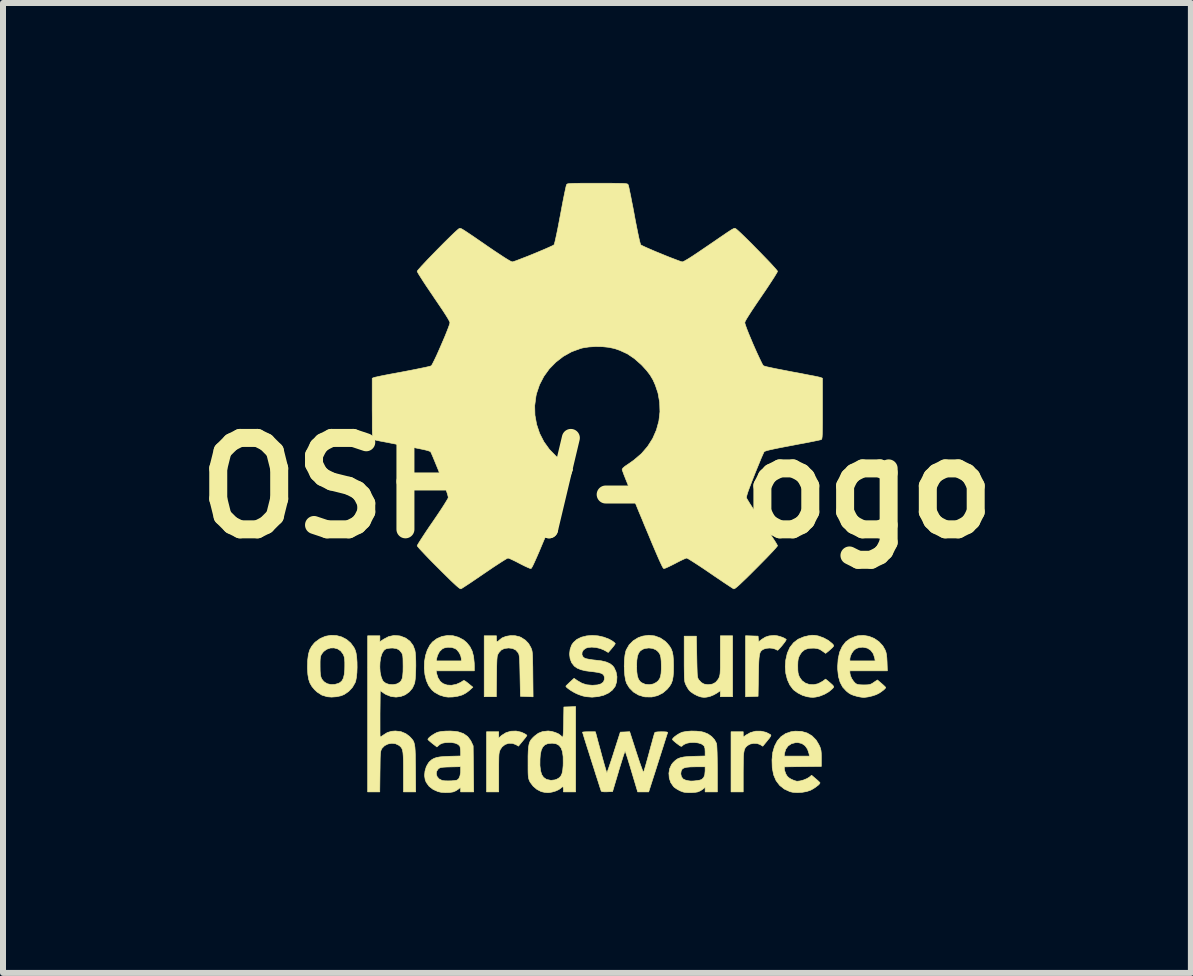
<source format=kicad_pcb>
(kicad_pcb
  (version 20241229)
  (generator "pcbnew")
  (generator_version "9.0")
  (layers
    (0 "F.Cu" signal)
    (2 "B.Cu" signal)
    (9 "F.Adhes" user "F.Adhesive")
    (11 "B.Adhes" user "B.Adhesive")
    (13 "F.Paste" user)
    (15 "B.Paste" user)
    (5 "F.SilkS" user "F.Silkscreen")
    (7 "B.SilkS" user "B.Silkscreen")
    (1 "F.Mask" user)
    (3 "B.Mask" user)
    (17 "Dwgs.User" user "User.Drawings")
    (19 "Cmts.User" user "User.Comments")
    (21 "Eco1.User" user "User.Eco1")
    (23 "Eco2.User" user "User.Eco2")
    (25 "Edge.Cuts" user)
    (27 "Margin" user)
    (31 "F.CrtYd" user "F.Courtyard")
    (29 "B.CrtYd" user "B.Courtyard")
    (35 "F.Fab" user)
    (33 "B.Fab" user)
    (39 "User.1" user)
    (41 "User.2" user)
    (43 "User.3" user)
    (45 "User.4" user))
  (footprint "OSHW-logo"
    (layer "F.Cu")
    (at 6.902 5.085)
    (property "Reference" "OSHW-logo" (at 0 0 0) (layer "F.SilkS") (effects (font (size 1.524 1.524) (thickness 0.3))))
    (attr through_hole)
    (fp_poly (pts (xy 2.821 4.074) (xy 2.894 4.113) (xy 2.9 4.122) (xy 2.894 4.14) (xy 2.875 4.169) (xy 2.84 4.212) (xy 2.838 4.215) (xy 2.764 4.305) (xy 2.721 4.278) (xy 2.671 4.26) (xy 2.611 4.257) (xy 2.554 4.269) (xy 2.517 4.289) (xy 2.495 4.306) (xy 2.477 4.325) (xy 2.464 4.347) (xy 2.454 4.377) (xy 2.447 4.417) (xy 2.442 4.47) (xy 2.44 4.54) (xy 2.439 4.629) (xy 2.438 4.734) (xy 2.438 5.067) (xy 2.235 5.067) (xy 2.235 4.064) (xy 2.438 4.064) (xy 2.438 4.154) (xy 2.483 4.12) (xy 2.56 4.077) (xy 2.646 4.054) (xy 2.735 4.054) (xy 2.821 4.074)) (stroke (width 0.01) (type solid)) (fill yes) (layer "F.SilkS"))
    (fp_poly (pts (xy -1.262 4.071) (xy -1.235 4.083) (xy -1.199 4.101) (xy -1.175 4.117) (xy -1.168 4.124) (xy -1.176 4.138) (xy -1.196 4.166) (xy -1.226 4.203) (xy -1.239 4.219) (xy -1.309 4.304) (xy -1.35 4.279) (xy -1.41 4.257) (xy -1.472 4.256) (xy -1.531 4.276) (xy -1.581 4.315) (xy -1.61 4.356) (xy -1.618 4.374) (xy -1.625 4.392) (xy -1.63 4.414) (xy -1.634 4.443) (xy -1.636 4.482) (xy -1.637 4.535) (xy -1.638 4.606) (xy -1.638 4.696) (xy -1.638 4.74) (xy -1.638 5.067) (xy -1.841 5.067) (xy -1.841 4.064) (xy -1.638 4.064) (xy -1.638 4.168) (xy -1.588 4.124) (xy -1.516 4.079) (xy -1.435 4.055) (xy -1.348 4.052) (xy -1.262 4.071)) (stroke (width 0.01) (type solid)) (fill yes) (layer "F.SilkS"))
    (fp_poly (pts (xy 2.965 2.459) (xy 3.006 2.464) (xy 3.054 2.477) (xy 3.1 2.493) (xy 3.136 2.511) (xy 3.156 2.527) (xy 3.15 2.539) (xy 3.133 2.566) (xy 3.107 2.6) (xy 3.078 2.636) (xy 3.049 2.669) (xy 3.026 2.694) (xy 3.013 2.705) (xy 3.012 2.705) (xy 2.996 2.699) (xy 2.972 2.686) (xy 2.93 2.673) (xy 2.877 2.668) (xy 2.823 2.673) (xy 2.783 2.685) (xy 2.759 2.698) (xy 2.741 2.712) (xy 2.726 2.73) (xy 2.716 2.754) (xy 2.708 2.789) (xy 2.702 2.836) (xy 2.698 2.898) (xy 2.695 2.979) (xy 2.693 3.082) (xy 2.692 3.124) (xy 2.686 3.473) (xy 2.581 3.477) (xy 2.477 3.481) (xy 2.477 2.463) (xy 2.686 2.47) (xy 2.694 2.564) (xy 2.751 2.521) (xy 2.808 2.486) (xy 2.869 2.466) (xy 2.944 2.459) (xy 2.965 2.459)) (stroke (width 0.01) (type solid)) (fill yes) (layer "F.SilkS"))
    (fp_poly (pts (xy -1.363 2.463) (xy -1.291 2.48) (xy -1.264 2.492) (xy -1.193 2.538) (xy -1.14 2.594) (xy -1.102 2.661) (xy -1.094 2.68) (xy -1.087 2.699) (xy -1.082 2.721) (xy -1.078 2.75) (xy -1.075 2.788) (xy -1.073 2.838) (xy -1.072 2.905) (xy -1.07 2.99) (xy -1.069 3.097) (xy -1.069 3.103) (xy -1.065 3.481) (xy -1.171 3.477) (xy -1.276 3.473) (xy -1.283 3.131) (xy -1.285 3.027) (xy -1.287 2.945) (xy -1.289 2.883) (xy -1.292 2.836) (xy -1.296 2.803) (xy -1.3 2.779) (xy -1.306 2.761) (xy -1.313 2.748) (xy -1.353 2.702) (xy -1.407 2.675) (xy -1.473 2.667) (xy -1.541 2.675) (xy -1.593 2.699) (xy -1.635 2.744) (xy -1.64 2.752) (xy -1.649 2.768) (xy -1.656 2.783) (xy -1.662 2.802) (xy -1.665 2.828) (xy -1.668 2.864) (xy -1.67 2.914) (xy -1.672 2.98) (xy -1.673 3.066) (xy -1.674 3.14) (xy -1.678 3.48) (xy -1.88 3.48) (xy -1.88 2.464) (xy -1.676 2.464) (xy -1.676 2.515) (xy -1.674 2.551) (xy -1.664 2.563) (xy -1.645 2.553) (xy -1.631 2.538) (xy -1.581 2.499) (xy -1.515 2.473) (xy -1.44 2.461) (xy -1.363 2.463)) (stroke (width 0.01) (type solid)) (fill yes) (layer "F.SilkS"))
    (fp_poly (pts (xy 2.261 3.48) (xy 2.057 3.48) (xy 2.057 3.38) (xy 1.994 3.422) (xy 1.946 3.449) (xy 1.893 3.471) (xy 1.867 3.479) (xy 1.818 3.488) (xy 1.782 3.49) (xy 1.746 3.486) (xy 1.719 3.48) (xy 1.67 3.462) (xy 1.615 3.433) (xy 1.565 3.399) (xy 1.54 3.376) (xy 1.519 3.347) (xy 1.495 3.306) (xy 1.483 3.283) (xy 1.475 3.264) (xy 1.468 3.245) (xy 1.463 3.224) (xy 1.46 3.196) (xy 1.457 3.159) (xy 1.456 3.11) (xy 1.455 3.046) (xy 1.454 2.962) (xy 1.454 2.857) (xy 1.454 2.845) (xy 1.454 2.47) (xy 1.657 2.47) (xy 1.664 2.815) (xy 1.666 2.919) (xy 1.668 2.999) (xy 1.67 3.061) (xy 1.672 3.107) (xy 1.676 3.139) (xy 1.68 3.162) (xy 1.686 3.178) (xy 1.693 3.191) (xy 1.696 3.196) (xy 1.739 3.243) (xy 1.785 3.269) (xy 1.842 3.278) (xy 1.852 3.279) (xy 1.922 3.27) (xy 1.977 3.242) (xy 2.019 3.192) (xy 2.029 3.175) (xy 2.038 3.157) (xy 2.044 3.139) (xy 2.049 3.117) (xy 2.053 3.088) (xy 2.055 3.049) (xy 2.057 2.996) (xy 2.057 2.926) (xy 2.057 2.835) (xy 2.057 2.791) (xy 2.057 2.464) (xy 2.261 2.464) (xy 2.261 3.48)) (stroke (width 0.01) (type solid)) (fill yes) (layer "F.SilkS"))
    (fp_poly (pts (xy -2.4 2.463) (xy -2.31 2.488) (xy -2.227 2.532) (xy -2.174 2.576) (xy -2.12 2.642) (xy -2.081 2.719) (xy -2.057 2.81) (xy -2.046 2.919) (xy -2.045 2.969) (xy -2.045 3.048) (xy -2.681 3.048) (xy -2.672 3.096) (xy -2.65 3.166) (xy -2.612 3.225) (xy -2.565 3.262) (xy -2.5 3.285) (xy -2.425 3.289) (xy -2.347 3.274) (xy -2.272 3.241) (xy -2.241 3.22) (xy -2.226 3.211) (xy -2.211 3.211) (xy -2.191 3.223) (xy -2.159 3.247) (xy -2.142 3.261) (xy -2.069 3.321) (xy -2.127 3.374) (xy -2.172 3.409) (xy -2.223 3.439) (xy -2.252 3.452) (xy -2.323 3.472) (xy -2.403 3.484) (xy -2.482 3.486) (xy -2.538 3.479) (xy -2.626 3.451) (xy -2.705 3.407) (xy -2.752 3.367) (xy -2.805 3.297) (xy -2.844 3.21) (xy -2.868 3.112) (xy -2.879 3.007) (xy -2.876 2.9) (xy -2.873 2.883) (xy -2.679 2.883) (xy -2.261 2.883) (xy -2.261 2.847) (xy -2.271 2.798) (xy -2.296 2.746) (xy -2.332 2.701) (xy -2.362 2.678) (xy -2.421 2.658) (xy -2.486 2.655) (xy -2.547 2.667) (xy -2.579 2.683) (xy -2.625 2.727) (xy -2.658 2.79) (xy -2.672 2.842) (xy -2.679 2.883) (xy -2.873 2.883) (xy -2.859 2.796) (xy -2.828 2.701) (xy -2.784 2.618) (xy -2.742 2.567) (xy -2.668 2.511) (xy -2.584 2.475) (xy -2.493 2.459) (xy -2.4 2.463)) (stroke (width 0.01) (type solid)) (fill yes) (layer "F.SilkS"))
    (fp_poly (pts (xy 0.963 2.466) (xy 1.055 2.5) (xy 1.138 2.556) (xy 1.173 2.592) (xy 1.21 2.637) (xy 1.237 2.682) (xy 1.256 2.732) (xy 1.268 2.792) (xy 1.274 2.867) (xy 1.276 2.961) (xy 1.276 2.972) (xy 1.275 3.069) (xy 1.269 3.145) (xy 1.258 3.206) (xy 1.24 3.257) (xy 1.213 3.302) (xy 1.177 3.347) (xy 1.173 3.352) (xy 1.099 3.416) (xy 1.011 3.461) (xy 0.914 3.484) (xy 0.811 3.483) (xy 0.785 3.48) (xy 0.691 3.451) (xy 0.608 3.401) (xy 0.54 3.332) (xy 0.493 3.255) (xy 0.476 3.2) (xy 0.464 3.126) (xy 0.457 3.042) (xy 0.455 2.968) (xy 0.661 2.968) (xy 0.661 2.971) (xy 0.664 3.063) (xy 0.673 3.133) (xy 0.691 3.186) (xy 0.717 3.224) (xy 0.743 3.246) (xy 0.803 3.272) (xy 0.871 3.279) (xy 0.937 3.268) (xy 0.99 3.241) (xy 1.022 3.213) (xy 1.045 3.181) (xy 1.06 3.142) (xy 1.069 3.089) (xy 1.073 3.018) (xy 1.073 2.972) (xy 1.071 2.889) (xy 1.065 2.827) (xy 1.053 2.78) (xy 1.033 2.744) (xy 1.004 2.714) (xy 0.979 2.696) (xy 0.927 2.674) (xy 0.864 2.667) (xy 0.8 2.675) (xy 0.762 2.689) (xy 0.722 2.716) (xy 0.693 2.754) (xy 0.674 2.807) (xy 0.664 2.877) (xy 0.661 2.968) (xy 0.455 2.968) (xy 0.455 2.952) (xy 0.458 2.864) (xy 0.467 2.784) (xy 0.481 2.72) (xy 0.488 2.7) (xy 0.536 2.616) (xy 0.604 2.547) (xy 0.688 2.495) (xy 0.764 2.469) (xy 0.865 2.455) (xy 0.963 2.466)) (stroke (width 0.01) (type solid)) (fill yes) (layer "F.SilkS"))
    (fp_poly (pts (xy 3.41 4.058) (xy 3.504 4.085) (xy 3.585 4.133) (xy 3.653 4.202) (xy 3.697 4.275) (xy 3.716 4.314) (xy 3.728 4.347) (xy 3.735 4.38) (xy 3.739 4.42) (xy 3.74 4.476) (xy 3.74 4.501) (xy 3.74 4.642) (xy 3.432 4.645) (xy 3.124 4.649) (xy 3.124 4.683) (xy 3.13 4.715) (xy 3.144 4.755) (xy 3.15 4.77) (xy 3.175 4.81) (xy 3.21 4.839) (xy 3.242 4.857) (xy 3.284 4.875) (xy 3.322 4.887) (xy 3.34 4.889) (xy 3.39 4.883) (xy 3.447 4.867) (xy 3.502 4.844) (xy 3.541 4.82) (xy 3.578 4.789) (xy 3.646 4.847) (xy 3.681 4.877) (xy 3.706 4.901) (xy 3.718 4.914) (xy 3.718 4.915) (xy 3.712 4.93) (xy 3.689 4.954) (xy 3.653 4.981) (xy 3.612 5.01) (xy 3.569 5.034) (xy 3.557 5.04) (xy 3.493 5.061) (xy 3.417 5.074) (xy 3.338 5.078) (xy 3.264 5.073) (xy 3.219 5.063) (xy 3.123 5.019) (xy 3.046 4.958) (xy 2.986 4.879) (xy 2.945 4.783) (xy 2.923 4.67) (xy 2.922 4.665) (xy 2.918 4.531) (xy 2.924 4.47) (xy 3.121 4.47) (xy 3.543 4.47) (xy 3.535 4.429) (xy 3.51 4.354) (xy 3.47 4.297) (xy 3.416 4.26) (xy 3.35 4.244) (xy 3.312 4.245) (xy 3.242 4.263) (xy 3.186 4.301) (xy 3.147 4.355) (xy 3.128 4.418) (xy 3.121 4.47) (xy 2.924 4.47) (xy 2.93 4.41) (xy 2.96 4.306) (xy 3.006 4.217) (xy 3.067 4.147) (xy 3.143 4.095) (xy 3.233 4.064) (xy 3.304 4.054) (xy 3.41 4.058)) (stroke (width 0.01) (type solid)) (fill yes) (layer "F.SilkS"))
    (fp_poly (pts (xy 3.627 2.456) (xy 3.675 2.464) (xy 3.696 2.469) (xy 3.778 2.499) (xy 3.856 2.541) (xy 3.918 2.591) (xy 3.924 2.597) (xy 3.943 2.619) (xy 3.946 2.634) (xy 3.933 2.651) (xy 3.93 2.656) (xy 3.904 2.68) (xy 3.87 2.71) (xy 3.859 2.72) (xy 3.812 2.757) (xy 3.753 2.715) (xy 3.715 2.691) (xy 3.678 2.678) (xy 3.632 2.671) (xy 3.609 2.67) (xy 3.528 2.673) (xy 3.464 2.695) (xy 3.413 2.737) (xy 3.379 2.788) (xy 3.363 2.823) (xy 3.354 2.856) (xy 3.349 2.896) (xy 3.347 2.951) (xy 3.347 2.972) (xy 3.348 3.034) (xy 3.352 3.079) (xy 3.36 3.114) (xy 3.374 3.148) (xy 3.376 3.153) (xy 3.418 3.212) (xy 3.475 3.253) (xy 3.541 3.276) (xy 3.614 3.279) (xy 3.687 3.263) (xy 3.758 3.225) (xy 3.769 3.218) (xy 3.811 3.186) (xy 3.858 3.224) (xy 3.892 3.253) (xy 3.922 3.28) (xy 3.93 3.288) (xy 3.945 3.307) (xy 3.945 3.322) (xy 3.929 3.342) (xy 3.924 3.347) (xy 3.866 3.396) (xy 3.792 3.439) (xy 3.714 3.47) (xy 3.702 3.473) (xy 3.649 3.485) (xy 3.605 3.49) (xy 3.559 3.488) (xy 3.504 3.48) (xy 3.427 3.457) (xy 3.35 3.418) (xy 3.282 3.369) (xy 3.269 3.356) (xy 3.215 3.284) (xy 3.174 3.194) (xy 3.148 3.091) (xy 3.139 2.98) (xy 3.147 2.869) (xy 3.173 2.754) (xy 3.216 2.658) (xy 3.277 2.58) (xy 3.354 2.521) (xy 3.45 2.481) (xy 3.527 2.463) (xy 3.582 2.455) (xy 3.627 2.456)) (stroke (width 0.01) (type solid)) (fill yes) (layer "F.SilkS"))
    (fp_poly (pts (xy -4.343 2.46) (xy -4.256 2.483) (xy -4.175 2.525) (xy -4.105 2.585) (xy -4.05 2.661) (xy -4.031 2.701) (xy -4.016 2.752) (xy -4.006 2.822) (xy -4 2.904) (xy -3.999 2.991) (xy -4.002 3.077) (xy -4.01 3.155) (xy -4.022 3.217) (xy -4.031 3.244) (xy -4.077 3.324) (xy -4.14 3.392) (xy -4.215 3.443) (xy -4.267 3.464) (xy -4.343 3.48) (xy -4.425 3.486) (xy -4.497 3.48) (xy -4.586 3.453) (xy -4.665 3.402) (xy -4.707 3.363) (xy -4.752 3.309) (xy -4.785 3.252) (xy -4.807 3.187) (xy -4.82 3.108) (xy -4.826 3.012) (xy -4.826 2.972) (xy -4.616 2.972) (xy -4.615 3.05) (xy -4.611 3.108) (xy -4.602 3.152) (xy -4.587 3.186) (xy -4.564 3.215) (xy -4.544 3.235) (xy -4.497 3.263) (xy -4.437 3.277) (xy -4.372 3.275) (xy -4.311 3.258) (xy -4.282 3.243) (xy -4.25 3.213) (xy -4.227 3.17) (xy -4.213 3.11) (xy -4.205 3.031) (xy -4.204 2.971) (xy -4.204 2.905) (xy -4.207 2.857) (xy -4.212 2.822) (xy -4.221 2.794) (xy -4.232 2.769) (xy -4.272 2.716) (xy -4.324 2.682) (xy -4.384 2.666) (xy -4.446 2.668) (xy -4.506 2.689) (xy -4.559 2.728) (xy -4.59 2.769) (xy -4.602 2.791) (xy -4.609 2.816) (xy -4.614 2.85) (xy -4.616 2.897) (xy -4.616 2.964) (xy -4.616 2.972) (xy -4.826 2.972) (xy -4.822 2.863) (xy -4.811 2.775) (xy -4.79 2.702) (xy -4.757 2.641) (xy -4.713 2.586) (xy -4.693 2.567) (xy -4.613 2.509) (xy -4.526 2.472) (xy -4.435 2.456) (xy -4.343 2.46)) (stroke (width 0.01) (type solid)) (fill yes) (layer "F.SilkS"))
    (fp_poly (pts (xy 4.535 2.473) (xy 4.623 2.509) (xy 4.701 2.563) (xy 4.765 2.632) (xy 4.802 2.697) (xy 4.817 2.735) (xy 4.826 2.777) (xy 4.832 2.831) (xy 4.836 2.902) (xy 4.836 2.905) (xy 4.841 3.048) (xy 4.216 3.048) (xy 4.216 3.083) (xy 4.225 3.127) (xy 4.247 3.178) (xy 4.278 3.224) (xy 4.309 3.257) (xy 4.333 3.271) (xy 4.363 3.279) (xy 4.405 3.282) (xy 4.449 3.283) (xy 4.503 3.282) (xy 4.539 3.278) (xy 4.568 3.269) (xy 4.598 3.252) (xy 4.614 3.241) (xy 4.675 3.2) (xy 4.744 3.259) (xy 4.778 3.289) (xy 4.803 3.313) (xy 4.813 3.326) (xy 4.813 3.327) (xy 4.803 3.344) (xy 4.776 3.369) (xy 4.736 3.399) (xy 4.701 3.422) (xy 4.652 3.446) (xy 4.588 3.467) (xy 4.519 3.483) (xy 4.458 3.491) (xy 4.439 3.491) (xy 4.403 3.487) (xy 4.358 3.479) (xy 4.337 3.474) (xy 4.277 3.457) (xy 4.233 3.439) (xy 4.195 3.416) (xy 4.156 3.384) (xy 4.096 3.319) (xy 4.053 3.238) (xy 4.025 3.14) (xy 4.013 3.024) (xy 4.012 2.977) (xy 4.021 2.847) (xy 4.021 2.847) (xy 4.216 2.847) (xy 4.216 2.883) (xy 4.638 2.883) (xy 4.63 2.835) (xy 4.606 2.762) (xy 4.565 2.707) (xy 4.509 2.67) (xy 4.441 2.655) (xy 4.427 2.654) (xy 4.369 2.66) (xy 4.32 2.677) (xy 4.318 2.678) (xy 4.279 2.71) (xy 4.245 2.757) (xy 4.223 2.809) (xy 4.216 2.847) (xy 4.021 2.847) (xy 4.046 2.735) (xy 4.089 2.641) (xy 4.148 2.565) (xy 4.224 2.509) (xy 4.315 2.472) (xy 4.346 2.464) (xy 4.441 2.457) (xy 4.535 2.473)) (stroke (width 0.01) (type solid)) (fill yes) (layer "F.SilkS"))
    (fp_poly (pts (xy -0.356 5.067) (xy -0.559 5.067) (xy -0.559 5.023) (xy -0.562 4.99) (xy -0.573 4.98) (xy -0.594 4.994) (xy -0.603 5.004) (xy -0.636 5.028) (xy -0.686 5.051) (xy -0.743 5.068) (xy -0.799 5.078) (xy -0.823 5.079) (xy -0.873 5.074) (xy -0.924 5.063) (xy -0.935 5.059) (xy -1.002 5.024) (xy -1.064 4.971) (xy -1.112 4.908) (xy -1.12 4.893) (xy -1.13 4.871) (xy -1.137 4.85) (xy -1.142 4.825) (xy -1.146 4.793) (xy -1.148 4.749) (xy -1.149 4.689) (xy -1.149 4.627) (xy -0.951 4.627) (xy -0.941 4.712) (xy -0.922 4.777) (xy -0.891 4.824) (xy -0.849 4.854) (xy -0.836 4.86) (xy -0.767 4.874) (xy -0.7 4.866) (xy -0.666 4.853) (xy -0.629 4.831) (xy -0.602 4.802) (xy -0.583 4.761) (xy -0.571 4.705) (xy -0.564 4.629) (xy -0.563 4.585) (xy -0.564 4.48) (xy -0.575 4.397) (xy -0.598 4.334) (xy -0.632 4.291) (xy -0.679 4.265) (xy -0.74 4.255) (xy -0.754 4.255) (xy -0.819 4.261) (xy -0.868 4.282) (xy -0.905 4.319) (xy -0.93 4.375) (xy -0.945 4.451) (xy -0.95 4.519) (xy -0.951 4.627) (xy -1.149 4.627) (xy -1.149 4.609) (xy -1.149 4.572) (xy -1.149 4.468) (xy -1.146 4.386) (xy -1.141 4.322) (xy -1.132 4.271) (xy -1.119 4.231) (xy -1.1 4.198) (xy -1.074 4.168) (xy -1.042 4.137) (xy -0.978 4.089) (xy -0.91 4.062) (xy -0.83 4.052) (xy -0.811 4.051) (xy -0.756 4.058) (xy -0.697 4.075) (xy -0.643 4.098) (xy -0.604 4.126) (xy -0.599 4.132) (xy -0.58 4.149) (xy -0.57 4.153) (xy -0.567 4.141) (xy -0.563 4.107) (xy -0.56 4.056) (xy -0.558 3.991) (xy -0.556 3.915) (xy -0.556 3.902) (xy -0.552 3.651) (xy -0.454 3.648) (xy -0.356 3.644) (xy -0.356 5.067)) (stroke (width 0.01) (type solid)) (fill yes) (layer "F.SilkS"))
    (fp_poly (pts (xy -2.368 4.057) (xy -2.313 4.065) (xy -2.227 4.094) (xy -2.158 4.142) (xy -2.108 4.207) (xy -2.098 4.226) (xy -2.064 4.299) (xy -2.055 5.067) (xy -2.273 5.067) (xy -2.273 4.989) (xy -2.312 5.021) (xy -2.351 5.047) (xy -2.395 5.066) (xy -2.398 5.067) (xy -2.457 5.076) (xy -2.528 5.078) (xy -2.599 5.073) (xy -2.65 5.062) (xy -2.732 5.025) (xy -2.799 4.973) (xy -2.846 4.908) (xy -2.863 4.867) (xy -2.874 4.797) (xy -2.872 4.769) (xy -2.679 4.769) (xy -2.665 4.812) (xy -2.634 4.849) (xy -2.587 4.873) (xy -2.571 4.878) (xy -2.532 4.882) (xy -2.48 4.883) (xy -2.424 4.882) (xy -2.373 4.877) (xy -2.337 4.871) (xy -2.331 4.869) (xy -2.304 4.846) (xy -2.285 4.803) (xy -2.274 4.747) (xy -2.273 4.718) (xy -2.273 4.646) (xy -2.444 4.65) (xy -2.513 4.652) (xy -2.562 4.655) (xy -2.595 4.659) (xy -2.617 4.665) (xy -2.634 4.674) (xy -2.647 4.685) (xy -2.674 4.725) (xy -2.679 4.769) (xy -2.872 4.769) (xy -2.867 4.72) (xy -2.845 4.646) (xy -2.809 4.583) (xy -2.786 4.557) (xy -2.752 4.528) (xy -2.716 4.508) (xy -2.673 4.493) (xy -2.618 4.483) (xy -2.548 4.477) (xy -2.461 4.473) (xy -2.273 4.468) (xy -2.273 4.398) (xy -2.276 4.354) (xy -2.282 4.317) (xy -2.287 4.303) (xy -2.315 4.275) (xy -2.363 4.254) (xy -2.424 4.243) (xy -2.455 4.242) (xy -2.526 4.245) (xy -2.578 4.255) (xy -2.617 4.273) (xy -2.635 4.288) (xy -2.668 4.317) (xy -2.744 4.259) (xy -2.78 4.229) (xy -2.807 4.205) (xy -2.819 4.191) (xy -2.819 4.19) (xy -2.809 4.172) (xy -2.782 4.147) (xy -2.745 4.12) (xy -2.704 4.095) (xy -2.665 4.075) (xy -2.649 4.07) (xy -2.593 4.059) (xy -2.521 4.053) (xy -2.443 4.052) (xy -2.368 4.057)) (stroke (width 0.01) (type solid)) (fill yes) (layer "F.SilkS"))
    (fp_poly (pts (xy 0.018 2.465) (xy 0.115 2.487) (xy 0.207 2.523) (xy 0.263 2.556) (xy 0.29 2.577) (xy 0.304 2.593) (xy 0.305 2.595) (xy 0.297 2.609) (xy 0.277 2.637) (xy 0.248 2.672) (xy 0.247 2.674) (xy 0.188 2.742) (xy 0.118 2.702) (xy 0.055 2.676) (xy -0.016 2.659) (xy -0.087 2.653) (xy -0.15 2.659) (xy -0.189 2.672) (xy -0.228 2.703) (xy -0.249 2.742) (xy -0.25 2.782) (xy -0.231 2.818) (xy -0.204 2.838) (xy -0.176 2.847) (xy -0.13 2.856) (xy -0.073 2.865) (xy -0.025 2.87) (xy 0.076 2.882) (xy 0.156 2.902) (xy 0.217 2.929) (xy 0.262 2.965) (xy 0.285 2.994) (xy 0.318 3.066) (xy 0.333 3.147) (xy 0.328 3.229) (xy 0.304 3.305) (xy 0.301 3.31) (xy 0.256 3.369) (xy 0.192 3.418) (xy 0.112 3.455) (xy 0.019 3.478) (xy -0.081 3.487) (xy -0.183 3.479) (xy -0.236 3.467) (xy -0.296 3.447) (xy -0.34 3.429) (xy -0.387 3.405) (xy -0.434 3.377) (xy -0.474 3.349) (xy -0.504 3.325) (xy -0.518 3.307) (xy -0.518 3.303) (xy -0.508 3.291) (xy -0.483 3.267) (xy -0.451 3.236) (xy -0.448 3.234) (xy -0.382 3.173) (xy -0.325 3.213) (xy -0.247 3.257) (xy -0.169 3.281) (xy -0.079 3.289) (xy -0.074 3.289) (xy 0.008 3.283) (xy 0.068 3.265) (xy 0.107 3.235) (xy 0.124 3.192) (xy 0.125 3.16) (xy 0.117 3.129) (xy 0.099 3.105) (xy 0.067 3.088) (xy 0.018 3.075) (xy -0.052 3.065) (xy -0.088 3.061) (xy -0.189 3.048) (xy -0.268 3.029) (xy -0.33 3.003) (xy -0.377 2.97) (xy -0.379 2.968) (xy -0.422 2.913) (xy -0.448 2.844) (xy -0.457 2.768) (xy -0.448 2.692) (xy -0.423 2.62) (xy -0.393 2.576) (xy -0.336 2.525) (xy -0.261 2.488) (xy -0.175 2.466) (xy -0.08 2.458) (xy 0.018 2.465)) (stroke (width 0.01) (type solid)) (fill yes) (layer "F.SilkS"))
    (fp_poly (pts (xy 1.661 4.054) (xy 1.741 4.063) (xy 1.783 4.073) (xy 1.851 4.101) (xy 1.912 4.144) (xy 1.96 4.197) (xy 1.99 4.253) (xy 1.993 4.261) (xy 1.997 4.29) (xy 2 4.343) (xy 2.003 4.416) (xy 2.005 4.509) (xy 2.006 4.619) (xy 2.007 4.689) (xy 2.007 5.067) (xy 1.803 5.067) (xy 1.803 4.989) (xy 1.765 5.021) (xy 1.726 5.047) (xy 1.682 5.066) (xy 1.679 5.067) (xy 1.635 5.074) (xy 1.578 5.078) (xy 1.518 5.078) (xy 1.465 5.074) (xy 1.435 5.068) (xy 1.383 5.048) (xy 1.331 5.019) (xy 1.288 4.989) (xy 1.275 4.976) (xy 1.23 4.911) (xy 1.205 4.835) (xy 1.2 4.766) (xy 1.397 4.766) (xy 1.408 4.815) (xy 1.437 4.852) (xy 1.476 4.87) (xy 1.511 4.878) (xy 1.53 4.882) (xy 1.567 4.886) (xy 1.617 4.884) (xy 1.669 4.878) (xy 1.716 4.87) (xy 1.747 4.858) (xy 1.749 4.857) (xy 1.78 4.826) (xy 1.797 4.781) (xy 1.803 4.716) (xy 1.803 4.711) (xy 1.803 4.648) (xy 1.644 4.648) (xy 1.557 4.65) (xy 1.493 4.656) (xy 1.448 4.668) (xy 1.419 4.688) (xy 1.404 4.717) (xy 1.398 4.755) (xy 1.397 4.766) (xy 1.2 4.766) (xy 1.199 4.756) (xy 1.212 4.679) (xy 1.244 4.609) (xy 1.273 4.573) (xy 1.31 4.539) (xy 1.348 4.513) (xy 1.393 4.496) (xy 1.449 4.484) (xy 1.52 4.477) (xy 1.611 4.473) (xy 1.616 4.473) (xy 1.803 4.468) (xy 1.803 4.394) (xy 1.8 4.34) (xy 1.788 4.305) (xy 1.781 4.295) (xy 1.742 4.267) (xy 1.687 4.25) (xy 1.623 4.242) (xy 1.556 4.244) (xy 1.495 4.256) (xy 1.446 4.278) (xy 1.424 4.297) (xy 1.414 4.306) (xy 1.4 4.306) (xy 1.378 4.294) (xy 1.343 4.268) (xy 1.332 4.26) (xy 1.296 4.231) (xy 1.269 4.207) (xy 1.258 4.193) (xy 1.257 4.192) (xy 1.268 4.172) (xy 1.295 4.146) (xy 1.333 4.118) (xy 1.374 4.093) (xy 1.415 4.074) (xy 1.424 4.071) (xy 1.492 4.058) (xy 1.574 4.052) (xy 1.661 4.054)) (stroke (width 0.01) (type solid)) (fill yes) (layer "F.SilkS"))
    (fp_poly (pts (xy 0.656 4.406) (xy 0.685 4.494) (xy 0.711 4.573) (xy 0.735 4.64) (xy 0.754 4.692) (xy 0.767 4.727) (xy 0.775 4.74) (xy 0.775 4.74) (xy 0.781 4.726) (xy 0.792 4.69) (xy 0.808 4.637) (xy 0.827 4.569) (xy 0.849 4.49) (xy 0.87 4.413) (xy 0.893 4.327) (xy 0.915 4.248) (xy 0.933 4.181) (xy 0.948 4.128) (xy 0.958 4.093) (xy 0.962 4.08) (xy 0.976 4.071) (xy 1.012 4.066) (xy 1.071 4.064) (xy 1.076 4.064) (xy 1.131 4.065) (xy 1.164 4.068) (xy 1.177 4.074) (xy 1.178 4.08) (xy 1.172 4.096) (xy 1.16 4.133) (xy 1.143 4.186) (xy 1.122 4.252) (xy 1.099 4.325) (xy 1.095 4.337) (xy 1.064 4.434) (xy 1.029 4.544) (xy 0.993 4.658) (xy 0.959 4.765) (xy 0.94 4.823) (xy 0.862 5.067) (xy 0.679 5.067) (xy 0.578 4.73) (xy 0.552 4.642) (xy 0.527 4.562) (xy 0.506 4.493) (xy 0.488 4.439) (xy 0.476 4.403) (xy 0.47 4.388) (xy 0.469 4.388) (xy 0.464 4.398) (xy 0.452 4.43) (xy 0.435 4.48) (xy 0.415 4.545) (xy 0.391 4.622) (xy 0.364 4.709) (xy 0.361 4.722) (xy 0.26 5.061) (xy 0.168 5.065) (xy 0.115 5.065) (xy 0.084 5.061) (xy 0.07 5.053) (xy 0.07 5.052) (xy 0.063 5.03) (xy 0.049 4.989) (xy 0.031 4.931) (xy 0.008 4.859) (xy -0.019 4.777) (xy -0.047 4.687) (xy -0.077 4.594) (xy -0.107 4.499) (xy -0.136 4.407) (xy -0.164 4.32) (xy -0.189 4.241) (xy -0.21 4.173) (xy -0.226 4.12) (xy -0.237 4.085) (xy -0.241 4.071) (xy -0.241 4.071) (xy -0.23 4.068) (xy -0.198 4.065) (xy -0.153 4.064) (xy -0.134 4.064) (xy -0.027 4.064) (xy -0.015 4.105) (xy -0.009 4.129) (xy 0.003 4.173) (xy 0.019 4.234) (xy 0.039 4.307) (xy 0.062 4.39) (xy 0.077 4.448) (xy 0.1 4.531) (xy 0.121 4.606) (xy 0.139 4.668) (xy 0.153 4.715) (xy 0.162 4.743) (xy 0.165 4.749) (xy 0.17 4.738) (xy 0.182 4.705) (xy 0.2 4.654) (xy 0.222 4.588) (xy 0.248 4.51) (xy 0.276 4.424) (xy 0.28 4.41) (xy 0.389 4.07) (xy 0.467 4.067) (xy 0.545 4.063) (xy 0.656 4.406)) (stroke (width 0.01) (type solid)) (fill yes) (layer "F.SilkS"))
    (fp_poly (pts (xy -3.296 2.465) (xy -3.275 2.469) (xy -3.188 2.503) (xy -3.118 2.555) (xy -3.066 2.625) (xy -3.036 2.703) (xy -3.029 2.745) (xy -3.024 2.806) (xy -3.021 2.88) (xy -3.02 2.961) (xy -3.022 3.043) (xy -3.025 3.121) (xy -3.03 3.188) (xy -3.037 3.239) (xy -3.04 3.255) (xy -3.075 3.334) (xy -3.128 3.398) (xy -3.194 3.446) (xy -3.269 3.475) (xy -3.35 3.486) (xy -3.433 3.476) (xy -3.514 3.445) (xy -3.552 3.422) (xy -3.613 3.378) (xy -3.617 3.761) (xy -3.617 3.857) (xy -3.617 3.945) (xy -3.617 4.021) (xy -3.617 4.082) (xy -3.616 4.125) (xy -3.615 4.147) (xy -3.614 4.15) (xy -3.602 4.146) (xy -3.577 4.13) (xy -3.56 4.118) (xy -3.495 4.077) (xy -3.424 4.056) (xy -3.36 4.051) (xy -3.268 4.062) (xy -3.188 4.095) (xy -3.126 4.141) (xy -3.1 4.168) (xy -3.08 4.191) (xy -3.063 4.215) (xy -3.051 4.243) (xy -3.042 4.278) (xy -3.035 4.322) (xy -3.031 4.379) (xy -3.028 4.451) (xy -3.027 4.543) (xy -3.025 4.656) (xy -3.025 4.677) (xy -3.022 5.067) (xy -3.226 5.067) (xy -3.226 4.734) (xy -3.226 4.624) (xy -3.227 4.536) (xy -3.23 4.467) (xy -3.234 4.415) (xy -3.241 4.375) (xy -3.251 4.346) (xy -3.265 4.324) (xy -3.283 4.305) (xy -3.304 4.289) (xy -3.359 4.263) (xy -3.422 4.256) (xy -3.485 4.268) (xy -3.541 4.296) (xy -3.584 4.34) (xy -3.585 4.342) (xy -3.593 4.357) (xy -3.6 4.373) (xy -3.605 4.392) (xy -3.609 4.42) (xy -3.612 4.458) (xy -3.614 4.509) (xy -3.615 4.578) (xy -3.616 4.667) (xy -3.617 4.728) (xy -3.621 5.067) (xy -3.823 5.067) (xy -3.823 2.987) (xy -3.62 2.987) (xy -3.615 3.068) (xy -3.6 3.141) (xy -3.577 3.201) (xy -3.561 3.226) (xy -3.519 3.257) (xy -3.463 3.275) (xy -3.401 3.279) (xy -3.341 3.268) (xy -3.307 3.251) (xy -3.279 3.231) (xy -3.26 3.206) (xy -3.246 3.172) (xy -3.238 3.125) (xy -3.233 3.062) (xy -3.232 2.978) (xy -3.232 2.972) (xy -3.233 2.897) (xy -3.234 2.843) (xy -3.237 2.805) (xy -3.243 2.778) (xy -3.251 2.757) (xy -3.257 2.747) (xy -3.293 2.703) (xy -3.341 2.677) (xy -3.404 2.668) (xy -3.441 2.669) (xy -3.488 2.674) (xy -3.519 2.683) (xy -3.542 2.699) (xy -3.557 2.714) (xy -3.585 2.762) (xy -3.606 2.828) (xy -3.617 2.905) (xy -3.62 2.987) (xy -3.823 2.987) (xy -3.823 2.464) (xy -3.619 2.464) (xy -3.619 2.514) (xy -3.62 2.564) (xy -3.556 2.521) (xy -3.472 2.477) (xy -3.385 2.459) (xy -3.296 2.465)) (stroke (width 0.01) (type solid)) (fill yes) (layer "F.SilkS"))
    (fp_poly (pts (xy 0.132 -5.08) (xy 0.235 -5.08) (xy 0.318 -5.079) (xy 0.382 -5.078) (xy 0.43 -5.077) (xy 0.465 -5.075) (xy 0.489 -5.072) (xy 0.504 -5.069) (xy 0.513 -5.064) (xy 0.518 -5.058) (xy 0.52 -5.055) (xy 0.526 -5.037) (xy 0.535 -4.998) (xy 0.547 -4.939) (xy 0.563 -4.863) (xy 0.58 -4.774) (xy 0.6 -4.675) (xy 0.62 -4.568) (xy 0.623 -4.55) (xy 0.643 -4.443) (xy 0.663 -4.343) (xy 0.681 -4.253) (xy 0.697 -4.177) (xy 0.711 -4.116) (xy 0.722 -4.075) (xy 0.728 -4.055) (xy 0.729 -4.054) (xy 0.746 -4.044) (xy 0.783 -4.026) (xy 0.836 -4.002) (xy 0.901 -3.974) (xy 0.975 -3.942) (xy 1.054 -3.91) (xy 1.134 -3.877) (xy 1.211 -3.846) (xy 1.282 -3.819) (xy 1.342 -3.796) (xy 1.389 -3.779) (xy 1.417 -3.77) (xy 1.423 -3.769) (xy 1.441 -3.775) (xy 1.475 -3.793) (xy 1.526 -3.823) (xy 1.595 -3.867) (xy 1.682 -3.925) (xy 1.788 -3.997) (xy 1.847 -4.037) (xy 1.954 -4.11) (xy 2.041 -4.17) (xy 2.112 -4.218) (xy 2.167 -4.256) (xy 2.21 -4.284) (xy 2.241 -4.304) (xy 2.264 -4.317) (xy 2.28 -4.325) (xy 2.291 -4.328) (xy 2.299 -4.328) (xy 2.306 -4.326) (xy 2.309 -4.325) (xy 2.325 -4.314) (xy 2.356 -4.287) (xy 2.399 -4.247) (xy 2.452 -4.196) (xy 2.513 -4.136) (xy 2.579 -4.071) (xy 2.647 -4.001) (xy 2.716 -3.931) (xy 2.783 -3.862) (xy 2.846 -3.797) (xy 2.902 -3.738) (xy 2.948 -3.687) (xy 2.983 -3.648) (xy 3.005 -3.621) (xy 3.01 -3.612) (xy 3.003 -3.596) (xy 2.983 -3.562) (xy 2.952 -3.511) (xy 2.911 -3.448) (xy 2.862 -3.373) (xy 2.806 -3.289) (xy 2.745 -3.2) (xy 2.737 -3.188) (xy 2.654 -3.066) (xy 2.585 -2.963) (xy 2.532 -2.881) (xy 2.494 -2.82) (xy 2.471 -2.778) (xy 2.464 -2.757) (xy 2.464 -2.757) (xy 2.469 -2.734) (xy 2.483 -2.693) (xy 2.504 -2.636) (xy 2.531 -2.568) (xy 2.563 -2.492) (xy 2.597 -2.411) (xy 2.632 -2.331) (xy 2.667 -2.253) (xy 2.7 -2.182) (xy 2.729 -2.121) (xy 2.752 -2.074) (xy 2.769 -2.045) (xy 2.776 -2.037) (xy 2.794 -2.031) (xy 2.834 -2.02) (xy 2.894 -2.007) (xy 2.969 -1.991) (xy 3.057 -1.974) (xy 3.155 -1.955) (xy 3.252 -1.936) (xy 3.357 -1.917) (xy 3.455 -1.898) (xy 3.542 -1.881) (xy 3.617 -1.867) (xy 3.675 -1.855) (xy 3.714 -1.846) (xy 3.731 -1.841) (xy 3.759 -1.829) (xy 3.759 -1.322) (xy 3.759 -1.195) (xy 3.759 -1.091) (xy 3.758 -1.008) (xy 3.757 -0.943) (xy 3.756 -0.894) (xy 3.754 -0.858) (xy 3.751 -0.834) (xy 3.748 -0.819) (xy 3.743 -0.811) (xy 3.738 -0.806) (xy 3.737 -0.806) (xy 3.72 -0.802) (xy 3.68 -0.793) (xy 3.622 -0.781) (xy 3.548 -0.766) (xy 3.46 -0.749) (xy 3.362 -0.731) (xy 3.259 -0.711) (xy 3.132 -0.687) (xy 3.029 -0.667) (xy 2.947 -0.65) (xy 2.884 -0.636) (xy 2.838 -0.625) (xy 2.808 -0.615) (xy 2.791 -0.607) (xy 2.786 -0.603) (xy 2.778 -0.586) (xy 2.761 -0.549) (xy 2.737 -0.494) (xy 2.709 -0.425) (xy 2.676 -0.345) (xy 2.64 -0.257) (xy 2.628 -0.227) (xy 2.582 -0.109) (xy 2.545 -0.013) (xy 2.518 0.061) (xy 2.501 0.115) (xy 2.493 0.15) (xy 2.492 0.162) (xy 2.5 0.18) (xy 2.522 0.217) (xy 2.554 0.269) (xy 2.596 0.334) (xy 2.646 0.409) (xy 2.701 0.492) (xy 2.754 0.569) (xy 2.813 0.656) (xy 2.868 0.737) (xy 2.916 0.809) (xy 2.956 0.87) (xy 2.986 0.918) (xy 3.004 0.95) (xy 3.01 0.963) (xy 3.001 0.976) (xy 2.976 1.006) (xy 2.937 1.049) (xy 2.886 1.103) (xy 2.824 1.168) (xy 2.754 1.239) (xy 2.677 1.317) (xy 2.657 1.337) (xy 2.565 1.429) (xy 2.489 1.504) (xy 2.427 1.563) (xy 2.379 1.609) (xy 2.342 1.642) (xy 2.315 1.664) (xy 2.296 1.677) (xy 2.284 1.681) (xy 2.279 1.681) (xy 2.263 1.672) (xy 2.229 1.65) (xy 2.179 1.617) (xy 2.115 1.575) (xy 2.042 1.525) (xy 1.96 1.47) (xy 1.887 1.42) (xy 1.801 1.361) (xy 1.72 1.307) (xy 1.648 1.26) (xy 1.587 1.221) (xy 1.539 1.191) (xy 1.508 1.173) (xy 1.495 1.168) (xy 1.476 1.174) (xy 1.439 1.19) (xy 1.389 1.214) (xy 1.33 1.244) (xy 1.304 1.258) (xy 1.243 1.289) (xy 1.189 1.315) (xy 1.147 1.334) (xy 1.119 1.343) (xy 1.113 1.343) (xy 1.107 1.337) (xy 1.095 1.32) (xy 1.08 1.29) (xy 1.059 1.246) (xy 1.032 1.187) (xy 0.999 1.111) (xy 0.959 1.018) (xy 0.911 0.905) (xy 0.856 0.772) (xy 0.791 0.618) (xy 0.755 0.529) (xy 0.698 0.393) (xy 0.645 0.263) (xy 0.596 0.142) (xy 0.55 0.031) (xy 0.511 -0.068) (xy 0.477 -0.152) (xy 0.45 -0.22) (xy 0.432 -0.27) (xy 0.421 -0.299) (xy 0.419 -0.306) (xy 0.43 -0.329) (xy 0.461 -0.357) (xy 0.473 -0.366) (xy 0.509 -0.39) (xy 0.557 -0.423) (xy 0.607 -0.459) (xy 0.618 -0.467) (xy 0.742 -0.573) (xy 0.845 -0.693) (xy 0.929 -0.825) (xy 0.991 -0.967) (xy 1.032 -1.116) (xy 1.05 -1.27) (xy 1.045 -1.427) (xy 1.017 -1.584) (xy 0.972 -1.717) (xy 0.933 -1.804) (xy 0.886 -1.883) (xy 0.828 -1.959) (xy 0.753 -2.041) (xy 0.737 -2.057) (xy 0.624 -2.157) (xy 0.507 -2.236) (xy 0.379 -2.295) (xy 0.286 -2.326) (xy 0.195 -2.345) (xy 0.089 -2.356) (xy -0.023 -2.358) (xy -0.134 -2.351) (xy -0.233 -2.336) (xy -0.273 -2.326) (xy -0.423 -2.271) (xy -0.561 -2.194) (xy -0.685 -2.098) (xy -0.795 -1.986) (xy -0.886 -1.86) (xy -0.958 -1.721) (xy -1.008 -1.573) (xy -1.017 -1.531) (xy -1.038 -1.372) (xy -1.034 -1.213) (xy -1.006 -1.059) (xy -0.956 -0.91) (xy -0.885 -0.771) (xy -0.793 -0.643) (xy -0.681 -0.528) (xy -0.606 -0.467) (xy -0.556 -0.432) (xy -0.507 -0.397) (xy -0.468 -0.37) (xy -0.46 -0.366) (xy -0.425 -0.338) (xy -0.408 -0.313) (xy -0.406 -0.306) (xy -0.411 -0.291) (xy -0.425 -0.253) (xy -0.447 -0.197) (xy -0.476 -0.123) (xy -0.512 -0.033) (xy -0.554 0.07) (xy -0.601 0.185) (xy -0.652 0.31) (xy -0.706 0.443) (xy -0.742 0.529) (xy -0.811 0.695) (xy -0.871 0.839) (xy -0.923 0.962) (xy -0.966 1.065) (xy -1.003 1.15) (xy -1.033 1.217) (xy -1.057 1.269) (xy -1.075 1.306) (xy -1.089 1.33) (xy -1.098 1.342) (xy -1.101 1.343) (xy -1.12 1.339) (xy -1.156 1.324) (xy -1.206 1.301) (xy -1.264 1.272) (xy -1.291 1.258) (xy -1.352 1.226) (xy -1.406 1.2) (xy -1.449 1.18) (xy -1.477 1.17) (xy -1.483 1.168) (xy -1.499 1.175) (xy -1.533 1.195) (xy -1.583 1.226) (xy -1.646 1.267) (xy -1.72 1.315) (xy -1.801 1.37) (xy -1.875 1.42) (xy -1.961 1.479) (xy -2.042 1.534) (xy -2.114 1.583) (xy -2.175 1.623) (xy -2.223 1.654) (xy -2.254 1.674) (xy -2.266 1.681) (xy -2.275 1.68) (xy -2.29 1.673) (xy -2.312 1.656) (xy -2.343 1.63) (xy -2.384 1.592) (xy -2.438 1.541) (xy -2.504 1.476) (xy -2.587 1.394) (xy -2.644 1.337) (xy -2.722 1.259) (xy -2.794 1.186) (xy -2.858 1.119) (xy -2.912 1.062) (xy -2.955 1.016) (xy -2.983 0.983) (xy -2.997 0.965) (xy -2.997 0.963) (xy -2.99 0.948) (xy -2.97 0.914) (xy -2.939 0.865) (xy -2.898 0.802) (xy -2.85 0.729) (xy -2.795 0.647) (xy -2.741 0.569) (xy -2.681 0.481) (xy -2.626 0.399) (xy -2.577 0.325) (xy -2.537 0.262) (xy -2.506 0.211) (xy -2.486 0.177) (xy -2.479 0.162) (xy -2.482 0.14) (xy -2.493 0.099) (xy -2.513 0.039) (xy -2.544 -0.043) (xy -2.583 -0.146) (xy -2.616 -0.227) (xy -2.652 -0.317) (xy -2.686 -0.4) (xy -2.716 -0.473) (xy -2.741 -0.533) (xy -2.76 -0.576) (xy -2.771 -0.6) (xy -2.773 -0.603) (xy -2.784 -0.61) (xy -2.808 -0.619) (xy -2.846 -0.63) (xy -2.902 -0.643) (xy -2.976 -0.658) (xy -3.07 -0.677) (xy -3.187 -0.7) (xy -3.246 -0.711) (xy -3.351 -0.731) (xy -3.448 -0.75) (xy -3.536 -0.767) (xy -3.61 -0.781) (xy -3.668 -0.793) (xy -3.707 -0.802) (xy -3.724 -0.806) (xy -3.73 -0.81) (xy -3.734 -0.818) (xy -3.738 -0.832) (xy -3.741 -0.855) (xy -3.743 -0.889) (xy -3.745 -0.936) (xy -3.746 -0.999) (xy -3.746 -1.08) (xy -3.746 -1.181) (xy -3.747 -1.305) (xy -3.747 -1.829) (xy -3.718 -1.841) (xy -3.699 -1.846) (xy -3.658 -1.855) (xy -3.599 -1.868) (xy -3.523 -1.883) (xy -3.435 -1.9) (xy -3.336 -1.918) (xy -3.239 -1.936) (xy -3.135 -1.956) (xy -3.037 -1.975) (xy -2.95 -1.993) (xy -2.876 -2.008) (xy -2.818 -2.021) (xy -2.779 -2.031) (xy -2.763 -2.037) (xy -2.751 -2.053) (xy -2.732 -2.089) (xy -2.706 -2.141) (xy -2.675 -2.206) (xy -2.642 -2.28) (xy -2.607 -2.36) (xy -2.572 -2.441) (xy -2.538 -2.52) (xy -2.508 -2.594) (xy -2.483 -2.658) (xy -2.464 -2.71) (xy -2.453 -2.745) (xy -2.451 -2.757) (xy -2.459 -2.778) (xy -2.481 -2.819) (xy -2.519 -2.881) (xy -2.572 -2.963) (xy -2.641 -3.065) (xy -2.724 -3.187) (xy -2.724 -3.188) (xy -2.785 -3.278) (xy -2.842 -3.362) (xy -2.892 -3.438) (xy -2.934 -3.504) (xy -2.967 -3.556) (xy -2.988 -3.592) (xy -2.997 -3.611) (xy -2.997 -3.612) (xy -2.989 -3.626) (xy -2.964 -3.655) (xy -2.926 -3.698) (xy -2.877 -3.75) (xy -2.82 -3.811) (xy -2.756 -3.877) (xy -2.688 -3.947) (xy -2.619 -4.017) (xy -2.551 -4.086) (xy -2.486 -4.15) (xy -2.427 -4.208) (xy -2.376 -4.257) (xy -2.335 -4.294) (xy -2.307 -4.318) (xy -2.296 -4.325) (xy -2.289 -4.327) (xy -2.282 -4.328) (xy -2.272 -4.326) (xy -2.258 -4.321) (xy -2.239 -4.31) (xy -2.211 -4.293) (xy -2.173 -4.268) (xy -2.122 -4.234) (xy -2.058 -4.191) (xy -1.977 -4.135) (xy -1.879 -4.068) (xy -1.835 -4.037) (xy -1.719 -3.958) (xy -1.622 -3.894) (xy -1.545 -3.843) (xy -1.485 -3.806) (xy -1.443 -3.782) (xy -1.417 -3.771) (xy -1.41 -3.769) (xy -1.39 -3.775) (xy -1.35 -3.788) (xy -1.295 -3.809) (xy -1.228 -3.835) (xy -1.153 -3.864) (xy -1.074 -3.896) (xy -0.994 -3.929) (xy -0.918 -3.961) (xy -0.848 -3.991) (xy -0.79 -4.017) (xy -0.746 -4.037) (xy -0.72 -4.051) (xy -0.716 -4.054) (xy -0.71 -4.07) (xy -0.7 -4.108) (xy -0.687 -4.165) (xy -0.671 -4.239) (xy -0.653 -4.326) (xy -0.634 -4.425) (xy -0.614 -4.531) (xy -0.61 -4.55) (xy -0.59 -4.658) (xy -0.571 -4.759) (xy -0.553 -4.85) (xy -0.537 -4.928) (xy -0.524 -4.989) (xy -0.514 -5.033) (xy -0.508 -5.054) (xy -0.508 -5.055) (xy -0.503 -5.061) (xy -0.497 -5.067) (xy -0.485 -5.071) (xy -0.465 -5.074) (xy -0.436 -5.076) (xy -0.394 -5.078) (xy -0.338 -5.079) (xy -0.265 -5.08) (xy -0.172 -5.08) (xy -0.058 -5.08) (xy 0.006 -5.08) (xy 0.132 -5.08)) (stroke (width 0.01) (type solid)) (fill yes) (layer "F.SilkS")))
  (gr_rect
    (start -3 -3)
    (end 16.803 13.169)
    (stroke (width 0.1) (type default))
    (fill no)
    (layer "Edge.Cuts")))
</source>
